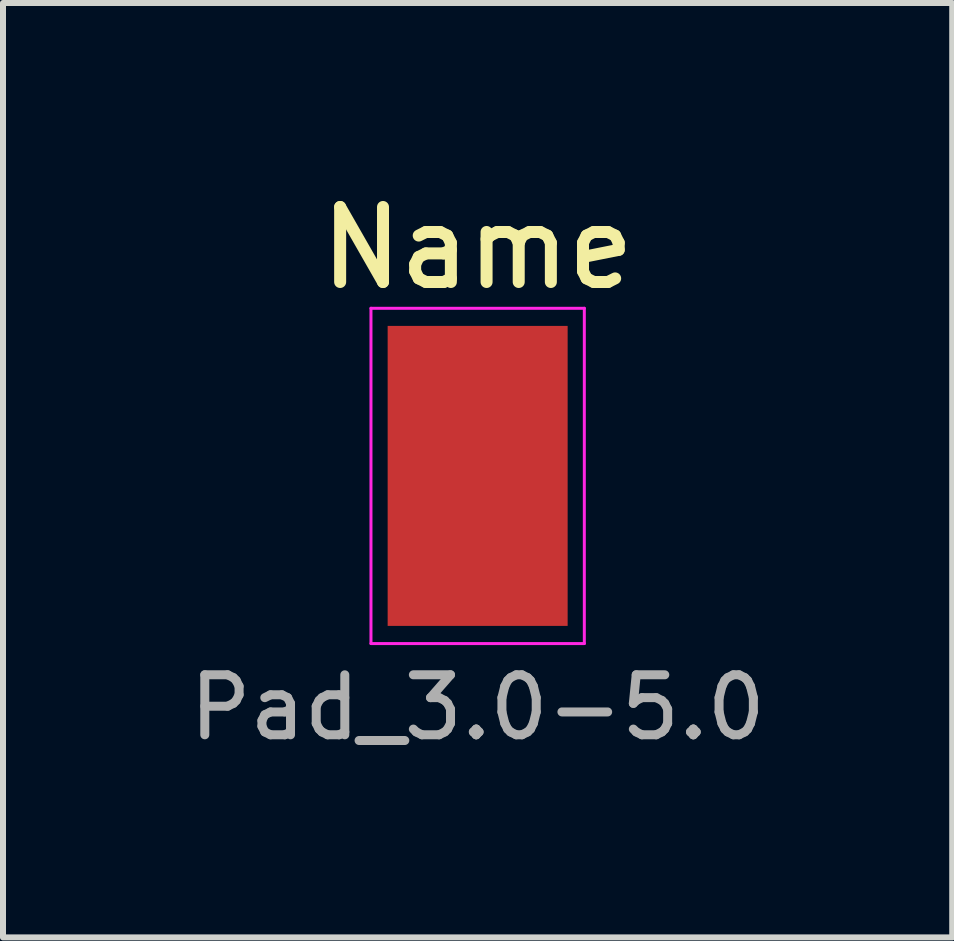
<source format=kicad_pcb>
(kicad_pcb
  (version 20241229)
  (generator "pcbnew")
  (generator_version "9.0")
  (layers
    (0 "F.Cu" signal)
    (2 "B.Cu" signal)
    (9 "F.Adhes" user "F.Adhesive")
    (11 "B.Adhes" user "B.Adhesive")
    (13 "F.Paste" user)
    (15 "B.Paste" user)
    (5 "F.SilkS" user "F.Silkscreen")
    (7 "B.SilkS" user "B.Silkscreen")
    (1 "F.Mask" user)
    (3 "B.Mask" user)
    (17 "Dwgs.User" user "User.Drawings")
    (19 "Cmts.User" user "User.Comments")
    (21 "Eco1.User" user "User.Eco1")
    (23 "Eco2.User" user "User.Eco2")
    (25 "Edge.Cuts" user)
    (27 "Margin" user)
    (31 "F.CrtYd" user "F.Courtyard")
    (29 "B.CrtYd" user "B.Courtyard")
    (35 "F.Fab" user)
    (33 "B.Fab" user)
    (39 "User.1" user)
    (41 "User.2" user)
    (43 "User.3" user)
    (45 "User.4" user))
  (footprint "Pad_3.0-5.0"
    (layer "F.Cu")
    (at 4.911 4.882)
    (property "Reference" "Pad_3.0-5.0" (at 0 4.445 180) (layer "F.Fab") (effects (font (size 1 1) (thickness 0.15)) (justify bottom)))
    (attr smd)
    (fp_line (start -1.778 -2.794) (end 1.778 -2.794) (stroke (width 0.05) (type solid)) (layer "F.CrtYd"))
    (fp_line (start -1.778 2.794) (end -1.778 -2.794) (stroke (width 0.05) (type solid)) (layer "F.CrtYd"))
    (fp_line (start 1.778 -2.794) (end 1.778 2.794) (stroke (width 0.05) (type solid)) (layer "F.CrtYd"))
    (fp_line (start 1.778 2.794) (end -1.778 2.794) (stroke (width 0.05) (type solid)) (layer "F.CrtYd"))
    (fp_text user "Name" (at 0 -3.8 0) (layer "F.SilkS") (effects (font (size 1.25 1.25) (thickness 0.2))))
    (pad "1" smd rect (at 0 0) (size 3 5) (layers "F.Cu" "F.Mask" "F.Paste")))
  (gr_rect
    (start -3 -3)
    (end 12.821 12.574)
    (stroke (width 0.1) (type default))
    (fill no)
    (layer "Edge.Cuts")))
</source>
